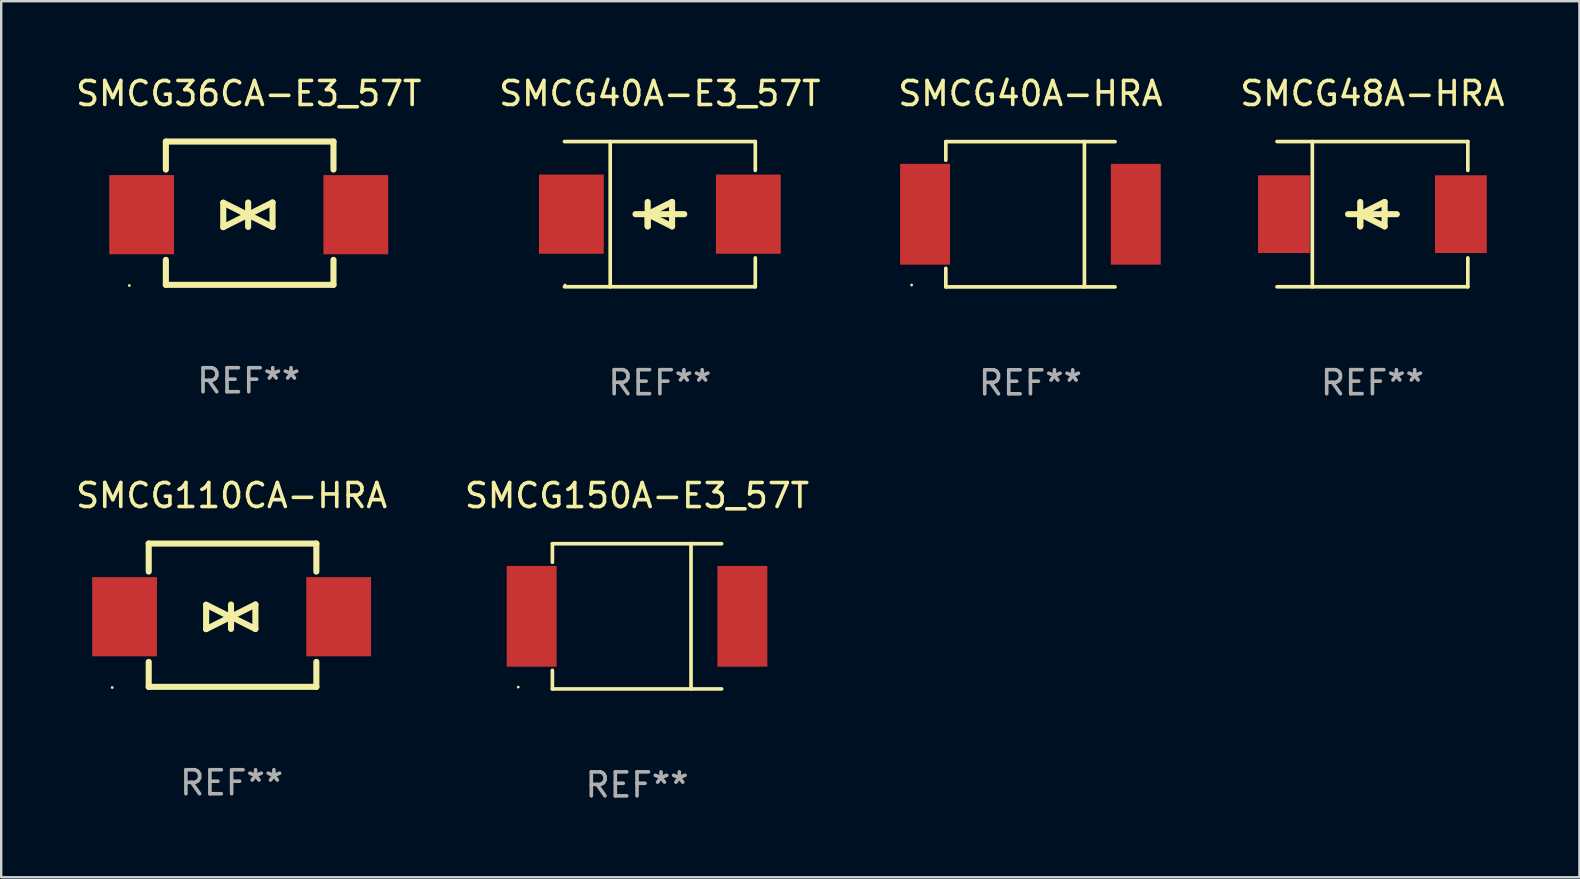
<source format=kicad_pcb>
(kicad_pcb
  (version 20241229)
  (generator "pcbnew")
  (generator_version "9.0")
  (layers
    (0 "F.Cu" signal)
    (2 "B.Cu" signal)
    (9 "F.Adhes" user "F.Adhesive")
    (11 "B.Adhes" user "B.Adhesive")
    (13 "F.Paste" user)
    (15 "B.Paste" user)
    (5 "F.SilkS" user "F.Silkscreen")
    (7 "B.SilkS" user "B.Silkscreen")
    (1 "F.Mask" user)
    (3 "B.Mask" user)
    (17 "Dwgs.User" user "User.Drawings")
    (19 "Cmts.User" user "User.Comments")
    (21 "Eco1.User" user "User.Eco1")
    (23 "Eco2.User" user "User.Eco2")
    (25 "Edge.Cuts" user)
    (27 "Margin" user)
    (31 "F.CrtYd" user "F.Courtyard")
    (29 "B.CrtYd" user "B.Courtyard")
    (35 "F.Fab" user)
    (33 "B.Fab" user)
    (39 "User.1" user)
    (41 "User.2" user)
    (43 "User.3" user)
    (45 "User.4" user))
  (footprint "SMCG40A-HRA"
    (layer "F.Cu")
    (at 39.887 5.876)
    (property "Reference" "SMCG40A-HRA" (at 0 -5.028 0) (layer "F.SilkS") (effects (font (size 1 1) (thickness 0.15))))
    (attr through_hole)
    (fp_line (start -3.526 -3.024) (end 3.526 -3.024) (stroke (width 0.152) (type solid)) (layer "F.SilkS"))
    (fp_line (start -3.526 -2.251) (end -3.526 -3.024) (stroke (width 0.152) (type solid)) (layer "F.SilkS"))
    (fp_line (start -3.526 2.254) (end -3.526 3.028) (stroke (width 0.152) (type solid)) (layer "F.SilkS"))
    (fp_line (start -3.526 3.028) (end 3.526 3.028) (stroke (width 0.152) (type solid)) (layer "F.SilkS"))
    (fp_line (start 2.25 -3.028) (end 2.25 3.024) (stroke (width 0.152) (type solid)) (layer "F.SilkS"))
    (fp_circle (center -4.95 2.952) (end -4.92 2.952) (stroke (width 0.06) (type solid)) (fill no) (layer "F.SilkS"))
    (fp_text user "REF**" (at 0 7.028 0) (layer "F.Fab") (effects (font (size 1 1) (thickness 0.15))))
    (pad "1" smd rect (at -4.39 0.002) (size 2.08 4.2) (layers "F.Cu" "F.Mask" "F.Paste"))
    (pad "2" smd rect (at 4.39 0.002) (size 2.08 4.2) (layers "F.Cu" "F.Mask" "F.Paste")))
  (footprint "SMCG150A-E3_57T"
    (layer "F.Cu")
    (at 23.494 22.629)
    (property "Reference" "SMCG150A-E3_57T" (at 0 -5.028 0) (layer "F.SilkS") (effects (font (size 1 1) (thickness 0.15))))
    (attr through_hole)
    (fp_line (start -3.526 -3.024) (end 3.526 -3.024) (stroke (width 0.152) (type solid)) (layer "F.SilkS"))
    (fp_line (start -3.526 -2.251) (end -3.526 -3.024) (stroke (width 0.152) (type solid)) (layer "F.SilkS"))
    (fp_line (start -3.526 2.254) (end -3.526 3.028) (stroke (width 0.152) (type solid)) (layer "F.SilkS"))
    (fp_line (start -3.526 3.028) (end 3.526 3.028) (stroke (width 0.152) (type solid)) (layer "F.SilkS"))
    (fp_line (start 2.25 -3.028) (end 2.25 3.024) (stroke (width 0.152) (type solid)) (layer "F.SilkS"))
    (fp_circle (center -4.95 2.952) (end -4.92 2.952) (stroke (width 0.06) (type solid)) (fill no) (layer "F.SilkS"))
    (fp_text user "REF**" (at 0 7.028 0) (layer "F.Fab") (effects (font (size 1 1) (thickness 0.15))))
    (pad "1" smd rect (at -4.39 0.002) (size 2.08 4.2) (layers "F.Cu" "F.Mask" "F.Paste"))
    (pad "2" smd rect (at 4.39 0.002) (size 2.08 4.2) (layers "F.Cu" "F.Mask" "F.Paste")))
  (footprint "SMCG36CA-E3_57T"
    (layer "F.Cu")
    (at 7.315 5.833)
    (property "Reference" "SMCG36CA-E3_57T" (at 0 -4.985 0) (layer "F.SilkS") (effects (font (size 1 1) (thickness 0.15))))
    (attr through_hole)
    (fp_line (start -3.454 -2.985) (end -3.454 -1.818) (stroke (width 0.254) (type solid)) (layer "F.SilkS"))
    (fp_line (start -3.454 1.945) (end -3.454 2.985) (stroke (width 0.254) (type solid)) (layer "F.SilkS"))
    (fp_line (start -3.454 2.985) (end 3.531 2.985) (stroke (width 0.254) (type solid)) (layer "F.SilkS"))
    (fp_line (start -1.062 -0.436) (end -1.062 0.58) (stroke (width 0.254) (type solid)) (layer "F.SilkS"))
    (fp_line (start -1.062 0.58) (end -0.046 0.072) (stroke (width 0.254) (type solid)) (layer "F.SilkS"))
    (fp_line (start -0.046 0.072) (end -1.062 -0.436) (stroke (width 0.254) (type solid)) (layer "F.SilkS"))
    (fp_line (start -0.025 0.064) (end 0.991 0.572) (stroke (width 0.254) (type solid)) (layer "F.SilkS"))
    (fp_line (start -0.025 0.572) (end -0.025 -0.445) (stroke (width 0.254) (type solid)) (layer "F.SilkS"))
    (fp_line (start 0.991 -0.445) (end -0.025 0.064) (stroke (width 0.254) (type solid)) (layer "F.SilkS"))
    (fp_line (start 0.991 0.572) (end 0.991 -0.445) (stroke (width 0.254) (type solid)) (layer "F.SilkS"))
    (fp_line (start 3.531 -2.985) (end -3.454 -2.985) (stroke (width 0.254) (type solid)) (layer "F.SilkS"))
    (fp_line (start 3.531 -1.818) (end 3.531 -2.985) (stroke (width 0.254) (type solid)) (layer "F.SilkS"))
    (fp_line (start 3.531 2.985) (end 3.531 1.945) (stroke (width 0.254) (type solid)) (layer "F.SilkS"))
    (fp_circle (center -4.975 3.014) (end -4.945 3.014) (stroke (width 0.06) (type solid)) (fill no) (layer "F.SilkS"))
    (fp_text user "REF**" (at 0 6.985 0) (layer "F.Fab") (effects (font (size 1 1) (thickness 0.15))))
    (pad "1" smd rect (at -4.461 0.063) (size 2.7 3.3) (layers "F.Cu" "F.Mask" "F.Paste"))
    (pad "2" smd rect (at 4.461 0.063) (size 2.7 3.3) (layers "F.Cu" "F.Mask" "F.Paste")))
  (footprint "SMCG40A-E3_57T"
    (layer "F.Cu")
    (at 24.446 5.874)
    (property "Reference" "SMCG40A-E3_57T" (at 0 -5.026 0) (layer "F.SilkS") (effects (font (size 1 1) (thickness 0.15))))
    (attr through_hole)
    (fp_line (start -3.976 -3.026) (end 3.976 -3.026) (stroke (width 0.152) (type solid)) (layer "F.SilkS"))
    (fp_line (start -3.976 3.026) (end 3.976 3.026) (stroke (width 0.152) (type solid)) (layer "F.SilkS"))
    (fp_line (start -2.069 -3.026) (end -2.069 3.026) (stroke (width 0.152) (type solid)) (layer "F.SilkS"))
    (fp_line (start -0.508 0) (end -0.508 0.508) (stroke (width 0.254) (type solid)) (layer "F.SilkS"))
    (fp_line (start -0.508 0) (end 0.508 0.508) (stroke (width 0.254) (type solid)) (layer "F.SilkS"))
    (fp_line (start -0.508 0.508) (end -0.508 -0.508) (stroke (width 0.254) (type solid)) (layer "F.SilkS"))
    (fp_line (start 0.508 -0.508) (end -0.508 0) (stroke (width 0.254) (type solid)) (layer "F.SilkS"))
    (fp_line (start 0.508 0.508) (end 0.508 -0.508) (stroke (width 0.254) (type solid)) (layer "F.SilkS"))
    (fp_line (start 1.016 0) (end -1.016 0) (stroke (width 0.254) (type solid)) (layer "F.SilkS"))
    (fp_line (start 3.976 -3.026) (end 3.976 -1.823) (stroke (width 0.152) (type solid)) (layer "F.SilkS"))
    (fp_line (start 3.976 3.026) (end 3.976 1.823) (stroke (width 0.152) (type solid)) (layer "F.SilkS"))
    (fp_circle (center -3.95 2.95) (end -3.92 2.95) (stroke (width 0.06) (type solid)) (fill no) (layer "F.SilkS"))
    (fp_text user "REF**" (at 0 7.026 0) (layer "F.Fab") (effects (font (size 1 1) (thickness 0.15))))
    (pad "1" smd rect (at -3.686 0) (size 2.7 3.3) (layers "F.Cu" "F.Mask" "F.Paste"))
    (pad "2" smd rect (at 3.686 0) (size 2.7 3.3) (layers "F.Cu" "F.Mask" "F.Paste")))
  (footprint "SMCG110CA-HRA"
    (layer "F.Cu")
    (at 6.601 22.585)
    (property "Reference" "SMCG110CA-HRA" (at 0 -4.985 0) (layer "F.SilkS") (effects (font (size 1 1) (thickness 0.15))))
    (attr through_hole)
    (fp_line (start -3.454 -2.985) (end -3.454 -1.818) (stroke (width 0.254) (type solid)) (layer "F.SilkS"))
    (fp_line (start -3.454 1.945) (end -3.454 2.985) (stroke (width 0.254) (type solid)) (layer "F.SilkS"))
    (fp_line (start -3.454 2.985) (end 3.531 2.985) (stroke (width 0.254) (type solid)) (layer "F.SilkS"))
    (fp_line (start -1.062 -0.436) (end -1.062 0.58) (stroke (width 0.254) (type solid)) (layer "F.SilkS"))
    (fp_line (start -1.062 0.58) (end -0.046 0.072) (stroke (width 0.254) (type solid)) (layer "F.SilkS"))
    (fp_line (start -0.046 0.072) (end -1.062 -0.436) (stroke (width 0.254) (type solid)) (layer "F.SilkS"))
    (fp_line (start -0.025 0.064) (end 0.991 0.572) (stroke (width 0.254) (type solid)) (layer "F.SilkS"))
    (fp_line (start -0.025 0.572) (end -0.025 -0.445) (stroke (width 0.254) (type solid)) (layer "F.SilkS"))
    (fp_line (start 0.991 -0.445) (end -0.025 0.064) (stroke (width 0.254) (type solid)) (layer "F.SilkS"))
    (fp_line (start 0.991 0.572) (end 0.991 -0.445) (stroke (width 0.254) (type solid)) (layer "F.SilkS"))
    (fp_line (start 3.531 -2.985) (end -3.454 -2.985) (stroke (width 0.254) (type solid)) (layer "F.SilkS"))
    (fp_line (start 3.531 -1.818) (end 3.531 -2.985) (stroke (width 0.254) (type solid)) (layer "F.SilkS"))
    (fp_line (start 3.531 2.985) (end 3.531 1.945) (stroke (width 0.254) (type solid)) (layer "F.SilkS"))
    (fp_circle (center -4.975 3.014) (end -4.945 3.014) (stroke (width 0.06) (type solid)) (fill no) (layer "F.SilkS"))
    (fp_text user "REF**" (at 0 6.985 0) (layer "F.Fab") (effects (font (size 1 1) (thickness 0.15))))
    (pad "1" smd rect (at -4.461 0.063) (size 2.7 3.3) (layers "F.Cu" "F.Mask" "F.Paste"))
    (pad "2" smd rect (at 4.461 0.063) (size 2.7 3.3) (layers "F.Cu" "F.Mask" "F.Paste")))
  (footprint "SMCG48A-HRA"
    (layer "F.Cu")
    (at 54.137 5.874)
    (property "Reference" "SMCG48A-HRA" (at 0 -5.026 0) (layer "F.SilkS") (effects (font (size 1 1) (thickness 0.15))))
    (attr through_hole)
    (fp_line (start -3.976 -3.026) (end 3.976 -3.026) (stroke (width 0.152) (type solid)) (layer "F.SilkS"))
    (fp_line (start -3.976 3.026) (end 3.976 3.026) (stroke (width 0.152) (type solid)) (layer "F.SilkS"))
    (fp_line (start -2.504 -3.026) (end -2.504 3.026) (stroke (width 0.152) (type solid)) (layer "F.SilkS"))
    (fp_line (start -0.508 0) (end -0.508 0.508) (stroke (width 0.254) (type solid)) (layer "F.SilkS"))
    (fp_line (start -0.508 0) (end 0.508 0.508) (stroke (width 0.254) (type solid)) (layer "F.SilkS"))
    (fp_line (start -0.508 0.508) (end -0.508 -0.508) (stroke (width 0.254) (type solid)) (layer "F.SilkS"))
    (fp_line (start 0.508 -0.508) (end -0.508 0) (stroke (width 0.254) (type solid)) (layer "F.SilkS"))
    (fp_line (start 0.508 0.508) (end 0.508 -0.508) (stroke (width 0.254) (type solid)) (layer "F.SilkS"))
    (fp_line (start 1.016 0) (end -1.016 0) (stroke (width 0.254) (type solid)) (layer "F.SilkS"))
    (fp_line (start 3.976 -3.026) (end 3.976 -1.823) (stroke (width 0.152) (type solid)) (layer "F.SilkS"))
    (fp_line (start 3.976 3.026) (end 3.976 1.823) (stroke (width 0.152) (type solid)) (layer "F.SilkS"))
    (fp_circle (center 3.95 -2.95) (end 3.98 -2.95) (stroke (width 0.06) (type solid)) (fill no) (layer "F.SilkS"))
    (fp_text user "REF**" (at 0 7.026 0) (layer "F.Fab") (effects (font (size 1 1) (thickness 0.15))))
    (pad "1" smd rect (at 3.686 0 180) (size 2.158 3.24) (layers "F.Cu" "F.Mask" "F.Paste"))
    (pad "2" smd rect (at -3.686 0 180) (size 2.158 3.24) (layers "F.Cu" "F.Mask" "F.Paste")))
  (gr_rect
    (start -3 -3)
    (end 62.762 33.505)
    (stroke (width 0.1) (type default))
    (fill no)
    (layer "Edge.Cuts")))
</source>
